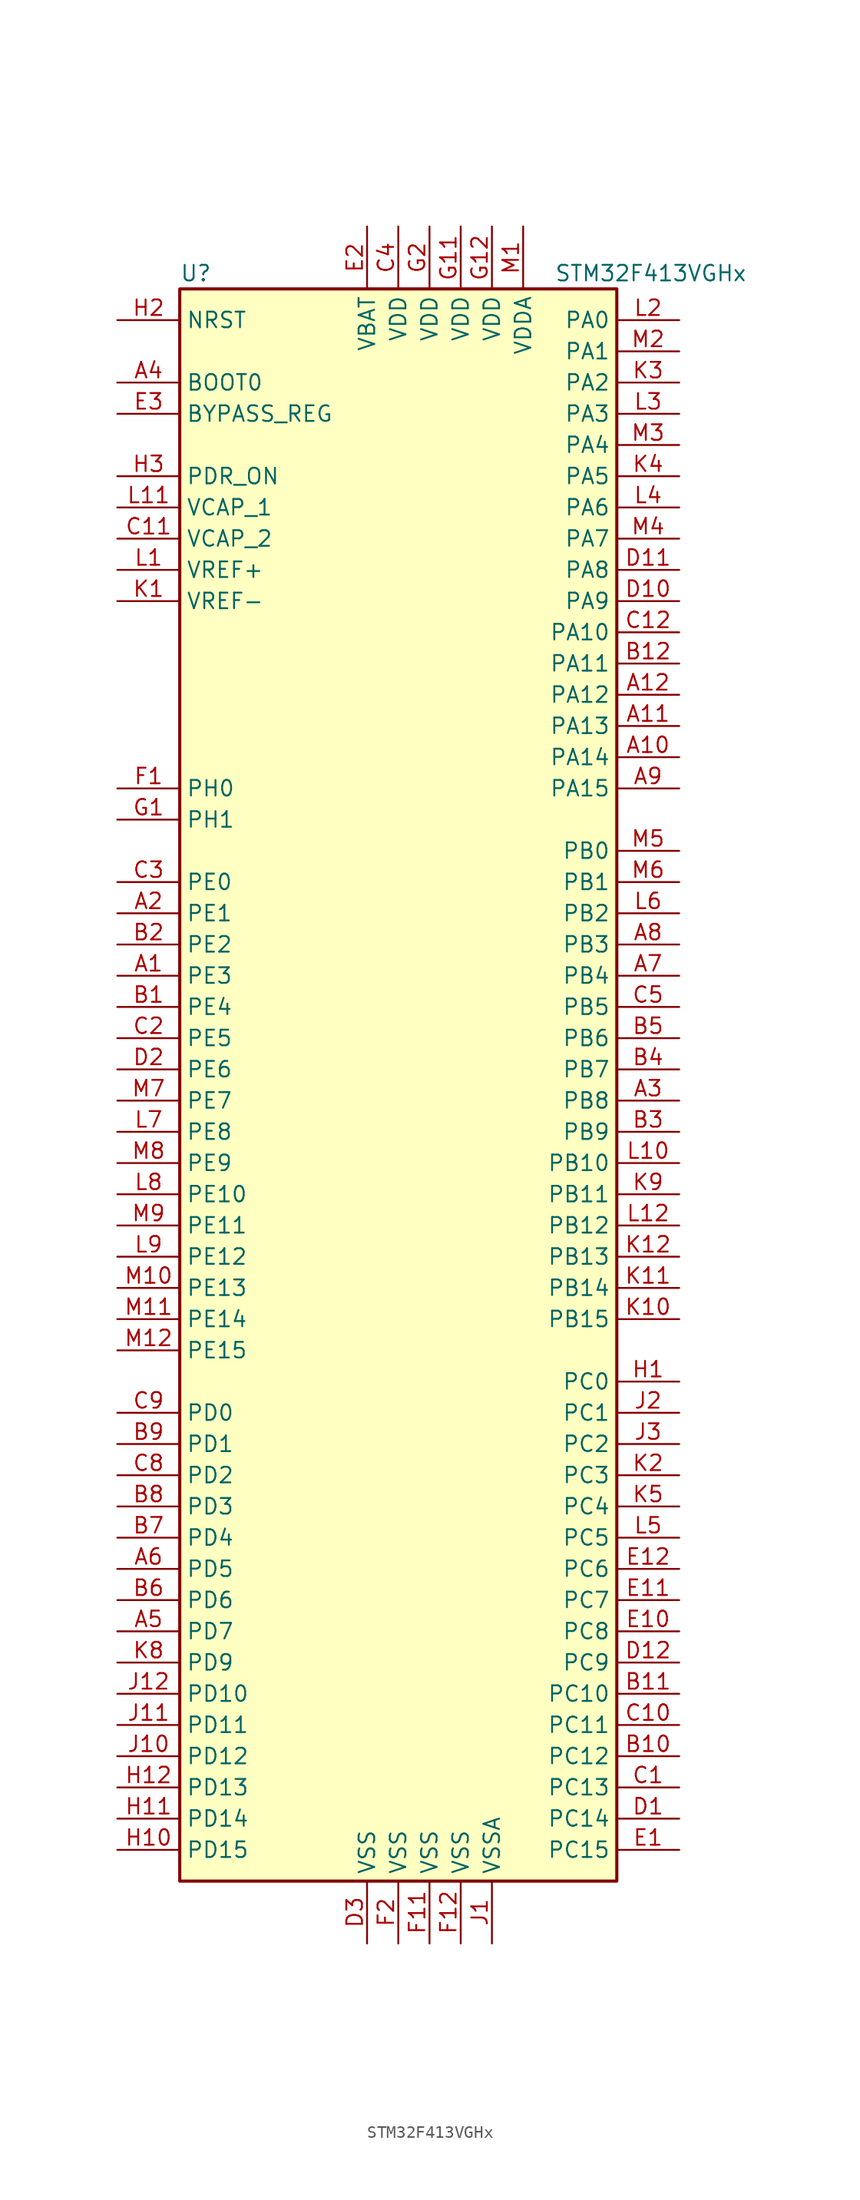
<source format=kicad_sym>
(kicad_symbol_lib
  (version 20211014)
  (generator kicad_symbol_editor)
  (symbol "STM32F413VGHx"
    (property "Reference" "U"
      (at -17.78 64.77 0)
      (effects (font (size 1.27 1.27)) (justify left)))
    (property "Value" "STM32F413VGHx"
      (at 12.7 64.77 0)
      (effects (font (size 1.27 1.27)) (justify left)))
    (symbol "STM32F413VGHx_0_1"
      (rectangle (start -17.78 -66.04) (end 17.78 63.5) (stroke (width 0.254) (type default) (color 0 0 0 0)) (fill (type background))))
    (symbol "STM32F413VGHx_1_1"
      (pin bidirectional line (at -22.86 7.62 0) (length 5.08) (name "PE3" (effects (font (size 1.27 1.27)))) (number "A1" (effects (font (size 1.27 1.27)))))
      (pin bidirectional line (at 22.86 25.4 180) (length 5.08) (name "PA14" (effects (font (size 1.27 1.27)))) (number "A10" (effects (font (size 1.27 1.27)))))
      (pin bidirectional line (at 22.86 27.94 180) (length 5.08) (name "PA13" (effects (font (size 1.27 1.27)))) (number "A11" (effects (font (size 1.27 1.27)))))
      (pin bidirectional line (at 22.86 30.48 180) (length 5.08) (name "PA12" (effects (font (size 1.27 1.27)))) (number "A12" (effects (font (size 1.27 1.27)))))
      (pin bidirectional line (at -22.86 12.7 0) (length 5.08) (name "PE1" (effects (font (size 1.27 1.27)))) (number "A2" (effects (font (size 1.27 1.27)))))
      (pin bidirectional line (at 22.86 -2.54 180) (length 5.08) (name "PB8" (effects (font (size 1.27 1.27)))) (number "A3" (effects (font (size 1.27 1.27)))))
      (pin input line (at -22.86 55.88 0) (length 5.08) (name "BOOT0" (effects (font (size 1.27 1.27)))) (number "A4" (effects (font (size 1.27 1.27)))))
      (pin bidirectional line (at -22.86 -45.72 0) (length 5.08) (name "PD7" (effects (font (size 1.27 1.27)))) (number "A5" (effects (font (size 1.27 1.27)))))
      (pin bidirectional line (at -22.86 -40.64 0) (length 5.08) (name "PD5" (effects (font (size 1.27 1.27)))) (number "A6" (effects (font (size 1.27 1.27)))))
      (pin bidirectional line (at 22.86 7.62 180) (length 5.08) (name "PB4" (effects (font (size 1.27 1.27)))) (number "A7" (effects (font (size 1.27 1.27)))))
      (pin bidirectional line (at 22.86 10.16 180) (length 5.08) (name "PB3" (effects (font (size 1.27 1.27)))) (number "A8" (effects (font (size 1.27 1.27)))))
      (pin bidirectional line (at 22.86 22.86 180) (length 5.08) (name "PA15" (effects (font (size 1.27 1.27)))) (number "A9" (effects (font (size 1.27 1.27)))))
      (pin bidirectional line (at -22.86 5.08 0) (length 5.08) (name "PE4" (effects (font (size 1.27 1.27)))) (number "B1" (effects (font (size 1.27 1.27)))))
      (pin bidirectional line (at 22.86 -55.88 180) (length 5.08) (name "PC12" (effects (font (size 1.27 1.27)))) (number "B10" (effects (font (size 1.27 1.27)))))
      (pin bidirectional line (at 22.86 -50.8 180) (length 5.08) (name "PC10" (effects (font (size 1.27 1.27)))) (number "B11" (effects (font (size 1.27 1.27)))))
      (pin bidirectional line (at 22.86 33.02 180) (length 5.08) (name "PA11" (effects (font (size 1.27 1.27)))) (number "B12" (effects (font (size 1.27 1.27)))))
      (pin bidirectional line (at -22.86 10.16 0) (length 5.08) (name "PE2" (effects (font (size 1.27 1.27)))) (number "B2" (effects (font (size 1.27 1.27)))))
      (pin bidirectional line (at 22.86 -5.08 180) (length 5.08) (name "PB9" (effects (font (size 1.27 1.27)))) (number "B3" (effects (font (size 1.27 1.27)))))
      (pin bidirectional line (at 22.86 0 180) (length 5.08) (name "PB7" (effects (font (size 1.27 1.27)))) (number "B4" (effects (font (size 1.27 1.27)))))
      (pin bidirectional line (at 22.86 2.54 180) (length 5.08) (name "PB6" (effects (font (size 1.27 1.27)))) (number "B5" (effects (font (size 1.27 1.27)))))
      (pin bidirectional line (at -22.86 -43.18 0) (length 5.08) (name "PD6" (effects (font (size 1.27 1.27)))) (number "B6" (effects (font (size 1.27 1.27)))))
      (pin bidirectional line (at -22.86 -38.1 0) (length 5.08) (name "PD4" (effects (font (size 1.27 1.27)))) (number "B7" (effects (font (size 1.27 1.27)))))
      (pin bidirectional line (at -22.86 -35.56 0) (length 5.08) (name "PD3" (effects (font (size 1.27 1.27)))) (number "B8" (effects (font (size 1.27 1.27)))))
      (pin bidirectional line (at -22.86 -30.48 0) (length 5.08) (name "PD1" (effects (font (size 1.27 1.27)))) (number "B9" (effects (font (size 1.27 1.27)))))
      (pin bidirectional line (at 22.86 -58.42 180) (length 5.08) (name "PC13" (effects (font (size 1.27 1.27)))) (number "C1" (effects (font (size 1.27 1.27)))))
      (pin bidirectional line (at 22.86 -53.34 180) (length 5.08) (name "PC11" (effects (font (size 1.27 1.27)))) (number "C10" (effects (font (size 1.27 1.27)))))
      (pin power_in line (at -22.86 43.18 0) (length 5.08) (name "VCAP_2" (effects (font (size 1.27 1.27)))) (number "C11" (effects (font (size 1.27 1.27)))))
      (pin bidirectional line (at 22.86 35.56 180) (length 5.08) (name "PA10" (effects (font (size 1.27 1.27)))) (number "C12" (effects (font (size 1.27 1.27)))))
      (pin bidirectional line (at -22.86 2.54 0) (length 5.08) (name "PE5" (effects (font (size 1.27 1.27)))) (number "C2" (effects (font (size 1.27 1.27)))))
      (pin bidirectional line (at -22.86 15.24 0) (length 5.08) (name "PE0" (effects (font (size 1.27 1.27)))) (number "C3" (effects (font (size 1.27 1.27)))))
      (pin power_in line (at 0 68.58 270) (length 5.08) (name "VDD" (effects (font (size 1.27 1.27)))) (number "C4" (effects (font (size 1.27 1.27)))))
      (pin bidirectional line (at 22.86 5.08 180) (length 5.08) (name "PB5" (effects (font (size 1.27 1.27)))) (number "C5" (effects (font (size 1.27 1.27)))))
      (pin bidirectional line (at -22.86 -33.02 0) (length 5.08) (name "PD2" (effects (font (size 1.27 1.27)))) (number "C8" (effects (font (size 1.27 1.27)))))
      (pin bidirectional line (at -22.86 -27.94 0) (length 5.08) (name "PD0" (effects (font (size 1.27 1.27)))) (number "C9" (effects (font (size 1.27 1.27)))))
      (pin bidirectional line (at 22.86 -60.96 180) (length 5.08) (name "PC14" (effects (font (size 1.27 1.27)))) (number "D1" (effects (font (size 1.27 1.27)))))
      (pin bidirectional line (at 22.86 38.1 180) (length 5.08) (name "PA9" (effects (font (size 1.27 1.27)))) (number "D10" (effects (font (size 1.27 1.27)))))
      (pin bidirectional line (at 22.86 40.64 180) (length 5.08) (name "PA8" (effects (font (size 1.27 1.27)))) (number "D11" (effects (font (size 1.27 1.27)))))
      (pin bidirectional line (at 22.86 -48.26 180) (length 5.08) (name "PC9" (effects (font (size 1.27 1.27)))) (number "D12" (effects (font (size 1.27 1.27)))))
      (pin bidirectional line (at -22.86 0 0) (length 5.08) (name "PE6" (effects (font (size 1.27 1.27)))) (number "D2" (effects (font (size 1.27 1.27)))))
      (pin power_in line (at -2.54 -71.12 90) (length 5.08) (name "VSS" (effects (font (size 1.27 1.27)))) (number "D3" (effects (font (size 1.27 1.27)))))
      (pin bidirectional line (at 22.86 -63.5 180) (length 5.08) (name "PC15" (effects (font (size 1.27 1.27)))) (number "E1" (effects (font (size 1.27 1.27)))))
      (pin bidirectional line (at 22.86 -45.72 180) (length 5.08) (name "PC8" (effects (font (size 1.27 1.27)))) (number "E10" (effects (font (size 1.27 1.27)))))
      (pin bidirectional line (at 22.86 -43.18 180) (length 5.08) (name "PC7" (effects (font (size 1.27 1.27)))) (number "E11" (effects (font (size 1.27 1.27)))))
      (pin bidirectional line (at 22.86 -40.64 180) (length 5.08) (name "PC6" (effects (font (size 1.27 1.27)))) (number "E12" (effects (font (size 1.27 1.27)))))
      (pin power_in line (at -2.54 68.58 270) (length 5.08) (name "VBAT" (effects (font (size 1.27 1.27)))) (number "E2" (effects (font (size 1.27 1.27)))))
      (pin input line (at -22.86 53.34 0) (length 5.08) (name "BYPASS_REG" (effects (font (size 1.27 1.27)))) (number "E3" (effects (font (size 1.27 1.27)))))
      (pin input line (at -22.86 22.86 0) (length 5.08) (name "PH0" (effects (font (size 1.27 1.27)))) (number "F1" (effects (font (size 1.27 1.27)))))
      (pin power_in line (at 2.54 -71.12 90) (length 5.08) (name "VSS" (effects (font (size 1.27 1.27)))) (number "F11" (effects (font (size 1.27 1.27)))))
      (pin power_in line (at 5.08 -71.12 90) (length 5.08) (name "VSS" (effects (font (size 1.27 1.27)))) (number "F12" (effects (font (size 1.27 1.27)))))
      (pin power_in line (at 0 -71.12 90) (length 5.08) (name "VSS" (effects (font (size 1.27 1.27)))) (number "F2" (effects (font (size 1.27 1.27)))))
      (pin input line (at -22.86 20.32 0) (length 5.08) (name "PH1" (effects (font (size 1.27 1.27)))) (number "G1" (effects (font (size 1.27 1.27)))))
      (pin power_in line (at 5.08 68.58 270) (length 5.08) (name "VDD" (effects (font (size 1.27 1.27)))) (number "G11" (effects (font (size 1.27 1.27)))))
      (pin power_in line (at 7.62 68.58 270) (length 5.08) (name "VDD" (effects (font (size 1.27 1.27)))) (number "G12" (effects (font (size 1.27 1.27)))))
      (pin power_in line (at 2.54 68.58 270) (length 5.08) (name "VDD" (effects (font (size 1.27 1.27)))) (number "G2" (effects (font (size 1.27 1.27)))))
      (pin bidirectional line (at 22.86 -25.4 180) (length 5.08) (name "PC0" (effects (font (size 1.27 1.27)))) (number "H1" (effects (font (size 1.27 1.27)))))
      (pin bidirectional line (at -22.86 -63.5 0) (length 5.08) (name "PD15" (effects (font (size 1.27 1.27)))) (number "H10" (effects (font (size 1.27 1.27)))))
      (pin bidirectional line (at -22.86 -60.96 0) (length 5.08) (name "PD14" (effects (font (size 1.27 1.27)))) (number "H11" (effects (font (size 1.27 1.27)))))
      (pin bidirectional line (at -22.86 -58.42 0) (length 5.08) (name "PD13" (effects (font (size 1.27 1.27)))) (number "H12" (effects (font (size 1.27 1.27)))))
      (pin input line (at -22.86 60.96 0) (length 5.08) (name "NRST" (effects (font (size 1.27 1.27)))) (number "H2" (effects (font (size 1.27 1.27)))))
      (pin power_in line (at -22.86 48.26 0) (length 5.08) (name "PDR_ON" (effects (font (size 1.27 1.27)))) (number "H3" (effects (font (size 1.27 1.27)))))
      (pin power_in line (at 7.62 -71.12 90) (length 5.08) (name "VSSA" (effects (font (size 1.27 1.27)))) (number "J1" (effects (font (size 1.27 1.27)))))
      (pin bidirectional line (at -22.86 -55.88 0) (length 5.08) (name "PD12" (effects (font (size 1.27 1.27)))) (number "J10" (effects (font (size 1.27 1.27)))))
      (pin bidirectional line (at -22.86 -53.34 0) (length 5.08) (name "PD11" (effects (font (size 1.27 1.27)))) (number "J11" (effects (font (size 1.27 1.27)))))
      (pin bidirectional line (at -22.86 -50.8 0) (length 5.08) (name "PD10" (effects (font (size 1.27 1.27)))) (number "J12" (effects (font (size 1.27 1.27)))))
      (pin bidirectional line (at 22.86 -27.94 180) (length 5.08) (name "PC1" (effects (font (size 1.27 1.27)))) (number "J2" (effects (font (size 1.27 1.27)))))
      (pin bidirectional line (at 22.86 -30.48 180) (length 5.08) (name "PC2" (effects (font (size 1.27 1.27)))) (number "J3" (effects (font (size 1.27 1.27)))))
      (pin power_in line (at -22.86 38.1 0) (length 5.08) (name "VREF-" (effects (font (size 1.27 1.27)))) (number "K1" (effects (font (size 1.27 1.27)))))
      (pin bidirectional line (at 22.86 -20.32 180) (length 5.08) (name "PB15" (effects (font (size 1.27 1.27)))) (number "K10" (effects (font (size 1.27 1.27)))))
      (pin bidirectional line (at 22.86 -17.78 180) (length 5.08) (name "PB14" (effects (font (size 1.27 1.27)))) (number "K11" (effects (font (size 1.27 1.27)))))
      (pin bidirectional line (at 22.86 -15.24 180) (length 5.08) (name "PB13" (effects (font (size 1.27 1.27)))) (number "K12" (effects (font (size 1.27 1.27)))))
      (pin bidirectional line (at 22.86 -33.02 180) (length 5.08) (name "PC3" (effects (font (size 1.27 1.27)))) (number "K2" (effects (font (size 1.27 1.27)))))
      (pin bidirectional line (at 22.86 55.88 180) (length 5.08) (name "PA2" (effects (font (size 1.27 1.27)))) (number "K3" (effects (font (size 1.27 1.27)))))
      (pin bidirectional line (at 22.86 48.26 180) (length 5.08) (name "PA5" (effects (font (size 1.27 1.27)))) (number "K4" (effects (font (size 1.27 1.27)))))
      (pin bidirectional line (at 22.86 -35.56 180) (length 5.08) (name "PC4" (effects (font (size 1.27 1.27)))) (number "K5" (effects (font (size 1.27 1.27)))))
      (pin bidirectional line (at -22.86 -48.26 0) (length 5.08) (name "PD9" (effects (font (size 1.27 1.27)))) (number "K8" (effects (font (size 1.27 1.27)))))
      (pin bidirectional line (at 22.86 -10.16 180) (length 5.08) (name "PB11" (effects (font (size 1.27 1.27)))) (number "K9" (effects (font (size 1.27 1.27)))))
      (pin power_in line (at -22.86 40.64 0) (length 5.08) (name "VREF+" (effects (font (size 1.27 1.27)))) (number "L1" (effects (font (size 1.27 1.27)))))
      (pin bidirectional line (at 22.86 -7.62 180) (length 5.08) (name "PB10" (effects (font (size 1.27 1.27)))) (number "L10" (effects (font (size 1.27 1.27)))))
      (pin power_in line (at -22.86 45.72 0) (length 5.08) (name "VCAP_1" (effects (font (size 1.27 1.27)))) (number "L11" (effects (font (size 1.27 1.27)))))
      (pin bidirectional line (at 22.86 -12.7 180) (length 5.08) (name "PB12" (effects (font (size 1.27 1.27)))) (number "L12" (effects (font (size 1.27 1.27)))))
      (pin bidirectional line (at 22.86 60.96 180) (length 5.08) (name "PA0" (effects (font (size 1.27 1.27)))) (number "L2" (effects (font (size 1.27 1.27)))))
      (pin bidirectional line (at 22.86 53.34 180) (length 5.08) (name "PA3" (effects (font (size 1.27 1.27)))) (number "L3" (effects (font (size 1.27 1.27)))))
      (pin bidirectional line (at 22.86 45.72 180) (length 5.08) (name "PA6" (effects (font (size 1.27 1.27)))) (number "L4" (effects (font (size 1.27 1.27)))))
      (pin bidirectional line (at 22.86 -38.1 180) (length 5.08) (name "PC5" (effects (font (size 1.27 1.27)))) (number "L5" (effects (font (size 1.27 1.27)))))
      (pin bidirectional line (at 22.86 12.7 180) (length 5.08) (name "PB2" (effects (font (size 1.27 1.27)))) (number "L6" (effects (font (size 1.27 1.27)))))
      (pin bidirectional line (at -22.86 -5.08 0) (length 5.08) (name "PE8" (effects (font (size 1.27 1.27)))) (number "L7" (effects (font (size 1.27 1.27)))))
      (pin bidirectional line (at -22.86 -10.16 0) (length 5.08) (name "PE10" (effects (font (size 1.27 1.27)))) (number "L8" (effects (font (size 1.27 1.27)))))
      (pin bidirectional line (at -22.86 -15.24 0) (length 5.08) (name "PE12" (effects (font (size 1.27 1.27)))) (number "L9" (effects (font (size 1.27 1.27)))))
      (pin power_in line (at 10.16 68.58 270) (length 5.08) (name "VDDA" (effects (font (size 1.27 1.27)))) (number "M1" (effects (font (size 1.27 1.27)))))
      (pin bidirectional line (at -22.86 -17.78 0) (length 5.08) (name "PE13" (effects (font (size 1.27 1.27)))) (number "M10" (effects (font (size 1.27 1.27)))))
      (pin bidirectional line (at -22.86 -20.32 0) (length 5.08) (name "PE14" (effects (font (size 1.27 1.27)))) (number "M11" (effects (font (size 1.27 1.27)))))
      (pin bidirectional line (at -22.86 -22.86 0) (length 5.08) (name "PE15" (effects (font (size 1.27 1.27)))) (number "M12" (effects (font (size 1.27 1.27)))))
      (pin bidirectional line (at 22.86 58.42 180) (length 5.08) (name "PA1" (effects (font (size 1.27 1.27)))) (number "M2" (effects (font (size 1.27 1.27)))))
      (pin bidirectional line (at 22.86 50.8 180) (length 5.08) (name "PA4" (effects (font (size 1.27 1.27)))) (number "M3" (effects (font (size 1.27 1.27)))))
      (pin bidirectional line (at 22.86 43.18 180) (length 5.08) (name "PA7" (effects (font (size 1.27 1.27)))) (number "M4" (effects (font (size 1.27 1.27)))))
      (pin bidirectional line (at 22.86 17.78 180) (length 5.08) (name "PB0" (effects (font (size 1.27 1.27)))) (number "M5" (effects (font (size 1.27 1.27)))))
      (pin bidirectional line (at 22.86 15.24 180) (length 5.08) (name "PB1" (effects (font (size 1.27 1.27)))) (number "M6" (effects (font (size 1.27 1.27)))))
      (pin bidirectional line (at -22.86 -2.54 0) (length 5.08) (name "PE7" (effects (font (size 1.27 1.27)))) (number "M7" (effects (font (size 1.27 1.27)))))
      (pin bidirectional line (at -22.86 -7.62 0) (length 5.08) (name "PE9" (effects (font (size 1.27 1.27)))) (number "M8" (effects (font (size 1.27 1.27)))))
      (pin bidirectional line (at -22.86 -12.7 0) (length 5.08) (name "PE11" (effects (font (size 1.27 1.27)))) (number "M9" (effects (font (size 1.27 1.27))))))))
</source>
